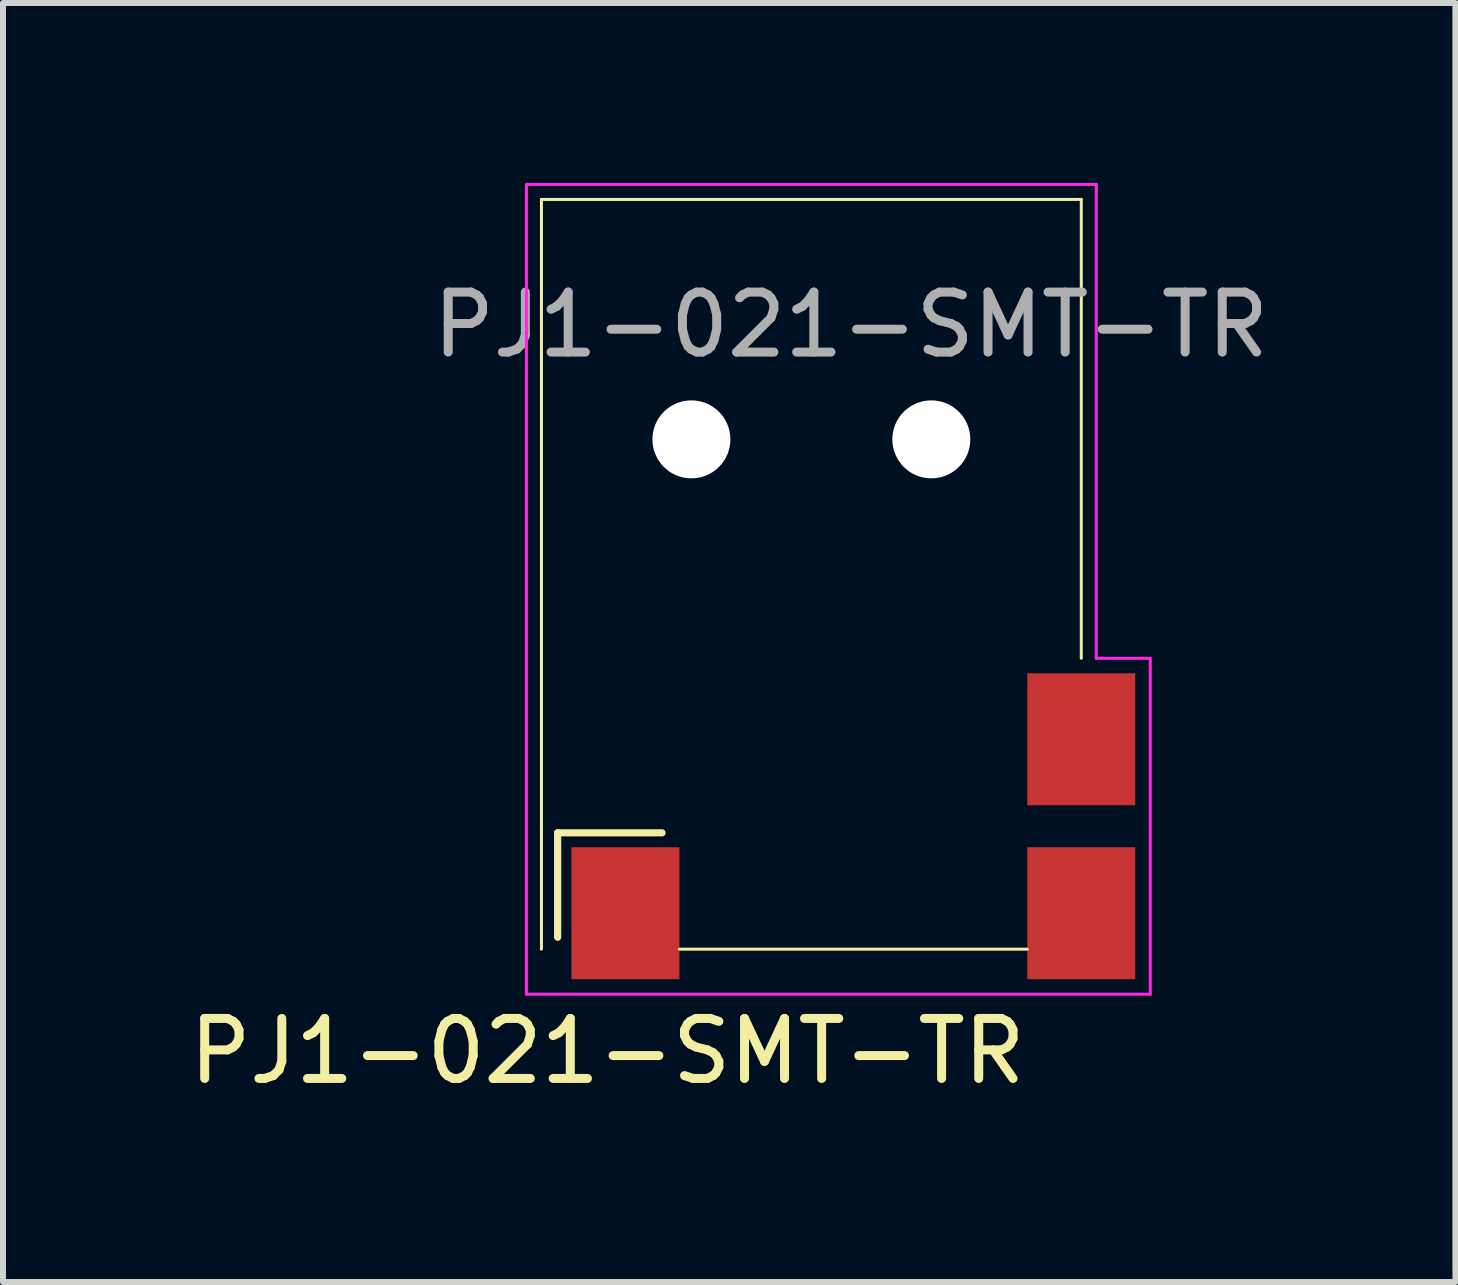
<source format=kicad_pcb>
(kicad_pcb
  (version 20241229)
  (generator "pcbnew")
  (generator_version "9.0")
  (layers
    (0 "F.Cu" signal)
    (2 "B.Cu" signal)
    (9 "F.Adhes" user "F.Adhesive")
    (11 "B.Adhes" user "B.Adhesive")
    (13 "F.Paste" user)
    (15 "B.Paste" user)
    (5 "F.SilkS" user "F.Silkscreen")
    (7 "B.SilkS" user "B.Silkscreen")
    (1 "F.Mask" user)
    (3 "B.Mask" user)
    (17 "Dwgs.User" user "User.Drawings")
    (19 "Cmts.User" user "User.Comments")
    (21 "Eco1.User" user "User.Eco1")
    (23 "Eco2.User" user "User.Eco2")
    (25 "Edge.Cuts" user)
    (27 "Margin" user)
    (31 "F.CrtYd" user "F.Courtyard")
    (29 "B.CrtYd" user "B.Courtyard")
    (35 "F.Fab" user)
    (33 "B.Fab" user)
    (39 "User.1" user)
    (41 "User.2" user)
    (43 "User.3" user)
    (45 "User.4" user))
  (footprint "PJ1-021-SMT-TR"
    (layer "F.Cu")
    (at 9.977 4.275)
    (property "Reference" "PJ1-021-SMT-TR" (at -2.9 10.2 0) (layer "F.SilkS") (effects (font (size 1 1) (thickness 0.15))))
    (attr smd)
    (fp_line (start -4 -4) (end -4 8.5) (stroke (width 0.05) (type solid)) (layer "F.SilkS"))
    (fp_line (start -4 -4) (end 5 -4) (stroke (width 0.05) (type solid)) (layer "F.SilkS"))
    (fp_line (start -3.73 6.56) (end -1.99 6.56) (stroke (width 0.12) (type solid)) (layer "F.SilkS"))
    (fp_line (start -3.73 8.3) (end -3.73 6.56) (stroke (width 0.12) (type solid)) (layer "F.SilkS"))
    (fp_line (start -1.7 8.5) (end 4.1 8.5) (stroke (width 0.05) (type solid)) (layer "F.SilkS"))
    (fp_line (start 5 -4) (end 5 3.65) (stroke (width 0.05) (type solid)) (layer "F.SilkS"))
    (fp_line (start -4.25 -4.25) (end -4.25 9.25) (stroke (width 0.05) (type solid)) (layer "F.CrtYd"))
    (fp_line (start -4.25 -4.25) (end 5.25 -4.25) (stroke (width 0.05) (type solid)) (layer "F.CrtYd"))
    (fp_line (start -4.25 9.25) (end 6.15 9.25) (stroke (width 0.05) (type solid)) (layer "F.CrtYd"))
    (fp_line (start 5.25 -4.25) (end 5.25 3.65) (stroke (width 0.05) (type solid)) (layer "F.CrtYd"))
    (fp_line (start 5.25 3.65) (end 6.15 3.65) (stroke (width 0.05) (type solid)) (layer "F.CrtYd"))
    (fp_line (start 6.15 3.65) (end 6.15 9.25) (stroke (width 0.05) (type solid)) (layer "F.CrtYd"))
    (fp_text user "${REFERENCE}" (at 1.16 -1.91 0) (layer "F.Fab") (effects (font (size 1 1) (thickness 0.15))))
    (pad "" np_thru_hole circle (at -1.5 0) (size 1.3 1.3) (drill 1.3) (layers "*.Cu" "*.Mask"))
    (pad "" np_thru_hole circle (at 2.5 0) (size 1.3 1.3) (drill 1.3) (layers "*.Cu" "*.Mask"))
    (pad "1" smd rect (at -2.6 7.9) (size 1.8 2.2) (layers "F.Cu" "F.Mask" "F.Paste"))
    (pad "2" smd rect (at 5 5) (size 1.8 2.2) (layers "F.Cu" "F.Mask" "F.Paste"))
    (pad "3" smd rect (at 5 7.9) (size 1.8 2.2) (layers "F.Cu" "F.Mask" "F.Paste")))
  (gr_rect
    (start -3 -3)
    (end 21.215 18.323)
    (stroke (width 0.1) (type default))
    (fill no)
    (layer "Edge.Cuts")))
</source>
